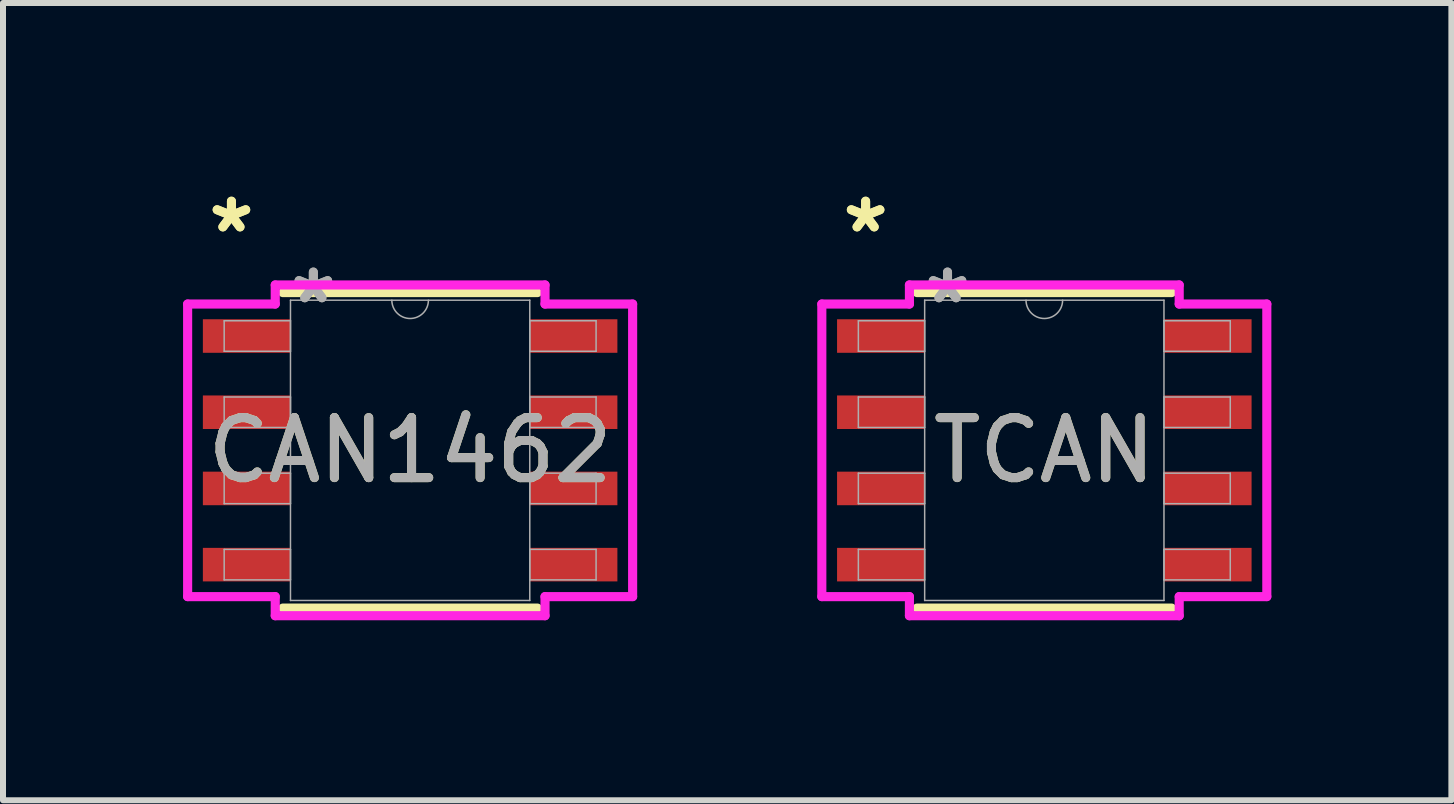
<source format=kicad_pcb>
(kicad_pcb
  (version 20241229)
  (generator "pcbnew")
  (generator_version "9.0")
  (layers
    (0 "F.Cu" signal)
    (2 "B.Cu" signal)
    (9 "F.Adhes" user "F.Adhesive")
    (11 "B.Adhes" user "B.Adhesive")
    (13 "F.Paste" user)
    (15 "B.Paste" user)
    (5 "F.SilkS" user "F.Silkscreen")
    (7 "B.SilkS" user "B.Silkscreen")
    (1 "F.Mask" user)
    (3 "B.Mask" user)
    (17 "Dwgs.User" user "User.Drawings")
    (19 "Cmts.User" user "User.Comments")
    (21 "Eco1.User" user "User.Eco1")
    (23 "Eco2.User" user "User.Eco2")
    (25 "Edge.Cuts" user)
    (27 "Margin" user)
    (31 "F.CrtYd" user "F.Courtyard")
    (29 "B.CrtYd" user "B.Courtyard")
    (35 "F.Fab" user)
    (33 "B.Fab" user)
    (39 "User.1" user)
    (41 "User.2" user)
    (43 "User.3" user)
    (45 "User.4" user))
  (footprint "CAN1462"
    (layer "F.Cu")
    (at 3.785 4.455)
    (property "Reference" "CAN1462" (at 0 0 0) (unlocked yes) (layer "F.SilkS") (effects (font (size 1 1) (thickness 0.15))))
    (attr smd)
    (fp_line (start -2.121 2.629) (end 2.121 2.629) (stroke (width 0.152) (type solid)) (layer "F.SilkS"))
    (fp_line (start 2.121 -2.629) (end -2.121 -2.629) (stroke (width 0.152) (type solid)) (layer "F.SilkS"))
    (fp_line (start -3.708 -2.438) (end -2.248 -2.438) (stroke (width 0.152) (type solid)) (layer "F.CrtYd"))
    (fp_line (start -3.708 2.438) (end -3.708 -2.438) (stroke (width 0.152) (type solid)) (layer "F.CrtYd"))
    (fp_line (start -3.708 2.438) (end -2.248 2.438) (stroke (width 0.152) (type solid)) (layer "F.CrtYd"))
    (fp_line (start -2.248 -2.756) (end 2.248 -2.756) (stroke (width 0.152) (type solid)) (layer "F.CrtYd"))
    (fp_line (start -2.248 -2.438) (end -2.248 -2.756) (stroke (width 0.152) (type solid)) (layer "F.CrtYd"))
    (fp_line (start -2.248 2.756) (end -2.248 2.438) (stroke (width 0.152) (type solid)) (layer "F.CrtYd"))
    (fp_line (start 2.248 -2.756) (end 2.248 -2.438) (stroke (width 0.152) (type solid)) (layer "F.CrtYd"))
    (fp_line (start 2.248 2.438) (end 2.248 2.756) (stroke (width 0.152) (type solid)) (layer "F.CrtYd"))
    (fp_line (start 2.248 2.756) (end -2.248 2.756) (stroke (width 0.152) (type solid)) (layer "F.CrtYd"))
    (fp_line (start 3.708 -2.438) (end 2.248 -2.438) (stroke (width 0.152) (type solid)) (layer "F.CrtYd"))
    (fp_line (start 3.708 -2.438) (end 3.708 2.438) (stroke (width 0.152) (type solid)) (layer "F.CrtYd"))
    (fp_line (start 3.708 2.438) (end 2.248 2.438) (stroke (width 0.152) (type solid)) (layer "F.CrtYd"))
    (fp_line (start -3.099 -2.159) (end -3.099 -1.651) (stroke (width 0.025) (type solid)) (layer "F.Fab"))
    (fp_line (start -3.099 -1.651) (end -1.994 -1.651) (stroke (width 0.025) (type solid)) (layer "F.Fab"))
    (fp_line (start -3.099 -0.889) (end -3.099 -0.381) (stroke (width 0.025) (type solid)) (layer "F.Fab"))
    (fp_line (start -3.099 -0.381) (end -1.994 -0.381) (stroke (width 0.025) (type solid)) (layer "F.Fab"))
    (fp_line (start -3.099 0.381) (end -3.099 0.889) (stroke (width 0.025) (type solid)) (layer "F.Fab"))
    (fp_line (start -3.099 0.889) (end -1.994 0.889) (stroke (width 0.025) (type solid)) (layer "F.Fab"))
    (fp_line (start -3.099 1.651) (end -3.099 2.159) (stroke (width 0.025) (type solid)) (layer "F.Fab"))
    (fp_line (start -3.099 2.159) (end -1.994 2.159) (stroke (width 0.025) (type solid)) (layer "F.Fab"))
    (fp_line (start -1.994 -2.502) (end -1.994 2.502) (stroke (width 0.025) (type solid)) (layer "F.Fab"))
    (fp_line (start -1.994 -2.159) (end -3.099 -2.159) (stroke (width 0.025) (type solid)) (layer "F.Fab"))
    (fp_line (start -1.994 -1.651) (end -1.994 -2.159) (stroke (width 0.025) (type solid)) (layer "F.Fab"))
    (fp_line (start -1.994 -0.889) (end -3.099 -0.889) (stroke (width 0.025) (type solid)) (layer "F.Fab"))
    (fp_line (start -1.994 -0.381) (end -1.994 -0.889) (stroke (width 0.025) (type solid)) (layer "F.Fab"))
    (fp_line (start -1.994 0.381) (end -3.099 0.381) (stroke (width 0.025) (type solid)) (layer "F.Fab"))
    (fp_line (start -1.994 0.889) (end -1.994 0.381) (stroke (width 0.025) (type solid)) (layer "F.Fab"))
    (fp_line (start -1.994 1.651) (end -3.099 1.651) (stroke (width 0.025) (type solid)) (layer "F.Fab"))
    (fp_line (start -1.994 2.159) (end -1.994 1.651) (stroke (width 0.025) (type solid)) (layer "F.Fab"))
    (fp_line (start -1.994 2.502) (end 1.994 2.502) (stroke (width 0.025) (type solid)) (layer "F.Fab"))
    (fp_line (start 1.994 -2.502) (end -1.994 -2.502) (stroke (width 0.025) (type solid)) (layer "F.Fab"))
    (fp_line (start 1.994 -2.159) (end 1.994 -1.651) (stroke (width 0.025) (type solid)) (layer "F.Fab"))
    (fp_line (start 1.994 -1.651) (end 3.099 -1.651) (stroke (width 0.025) (type solid)) (layer "F.Fab"))
    (fp_line (start 1.994 -0.889) (end 1.994 -0.381) (stroke (width 0.025) (type solid)) (layer "F.Fab"))
    (fp_line (start 1.994 -0.381) (end 3.099 -0.381) (stroke (width 0.025) (type solid)) (layer "F.Fab"))
    (fp_line (start 1.994 0.381) (end 1.994 0.889) (stroke (width 0.025) (type solid)) (layer "F.Fab"))
    (fp_line (start 1.994 0.889) (end 3.099 0.889) (stroke (width 0.025) (type solid)) (layer "F.Fab"))
    (fp_line (start 1.994 1.651) (end 1.994 2.159) (stroke (width 0.025) (type solid)) (layer "F.Fab"))
    (fp_line (start 1.994 2.159) (end 3.099 2.159) (stroke (width 0.025) (type solid)) (layer "F.Fab"))
    (fp_line (start 1.994 2.502) (end 1.994 -2.502) (stroke (width 0.025) (type solid)) (layer "F.Fab"))
    (fp_line (start 3.099 -2.159) (end 1.994 -2.159) (stroke (width 0.025) (type solid)) (layer "F.Fab"))
    (fp_line (start 3.099 -1.651) (end 3.099 -2.159) (stroke (width 0.025) (type solid)) (layer "F.Fab"))
    (fp_line (start 3.099 -0.889) (end 1.994 -0.889) (stroke (width 0.025) (type solid)) (layer "F.Fab"))
    (fp_line (start 3.099 -0.381) (end 3.099 -0.889) (stroke (width 0.025) (type solid)) (layer "F.Fab"))
    (fp_line (start 3.099 0.381) (end 1.994 0.381) (stroke (width 0.025) (type solid)) (layer "F.Fab"))
    (fp_line (start 3.099 0.889) (end 3.099 0.381) (stroke (width 0.025) (type solid)) (layer "F.Fab"))
    (fp_line (start 3.099 1.651) (end 1.994 1.651) (stroke (width 0.025) (type solid)) (layer "F.Fab"))
    (fp_line (start 3.099 2.159) (end 3.099 1.651) (stroke (width 0.025) (type solid)) (layer "F.Fab"))
    (fp_arc (start 0.3048 -2.5019) (mid 0 -2.1971) (end -0.3048 -2.5019) (stroke (width 0.0254) (type solid)) (layer "F.Fab"))
    (fp_text user "*" (at -2.978 -3.607 0) (unlocked yes) (layer "F.SilkS") (effects (font (size 1 1) (thickness 0.15))))
    (fp_text user "*" (at -2.978 -3.607 0) (layer "F.SilkS") (effects (font (size 1 1) (thickness 0.15))))
    (fp_text user "*" (at -1.613 -2.426 0) (layer "F.Fab") (effects (font (size 1 1) (thickness 0.15))))
    (fp_text user "${REFERENCE}" (at 0 0 0) (unlocked yes) (layer "F.Fab") (effects (font (size 1 1) (thickness 0.15))))
    (fp_text user "*" (at -1.613 -2.426 0) (unlocked yes) (layer "F.Fab") (effects (font (size 1 1) (thickness 0.15))))
    (pad "1" smd rect (at -2.724 -1.905) (size 1.46 0.559) (layers "F.Cu" "F.Mask" "F.Paste"))
    (pad "2" smd rect (at -2.724 -0.635) (size 1.46 0.559) (layers "F.Cu" "F.Mask" "F.Paste"))
    (pad "3" smd rect (at -2.724 0.635) (size 1.46 0.559) (layers "F.Cu" "F.Mask" "F.Paste"))
    (pad "4" smd rect (at -2.724 1.905) (size 1.46 0.559) (layers "F.Cu" "F.Mask" "F.Paste"))
    (pad "5" smd rect (at 2.724 1.905) (size 1.46 0.559) (layers "F.Cu" "F.Mask" "F.Paste"))
    (pad "6" smd rect (at 2.724 0.635) (size 1.46 0.559) (layers "F.Cu" "F.Mask" "F.Paste"))
    (pad "7" smd rect (at 2.724 -0.635) (size 1.46 0.559) (layers "F.Cu" "F.Mask" "F.Paste"))
    (pad "8" smd rect (at 2.724 -1.905) (size 1.46 0.559) (layers "F.Cu" "F.Mask" "F.Paste")))
  (footprint "TCAN"
    (layer "F.Cu")
    (at 14.354 4.455)
    (property "Reference" "TCAN" (at 0 0 0) (unlocked yes) (layer "F.SilkS") (effects (font (size 1 1) (thickness 0.15))))
    (attr smd)
    (fp_line (start -2.121 2.629) (end 2.121 2.629) (stroke (width 0.152) (type solid)) (layer "F.SilkS"))
    (fp_line (start 2.121 -2.629) (end -2.121 -2.629) (stroke (width 0.152) (type solid)) (layer "F.SilkS"))
    (fp_line (start -3.708 -2.438) (end -2.248 -2.438) (stroke (width 0.152) (type solid)) (layer "F.CrtYd"))
    (fp_line (start -3.708 2.438) (end -3.708 -2.438) (stroke (width 0.152) (type solid)) (layer "F.CrtYd"))
    (fp_line (start -3.708 2.438) (end -2.248 2.438) (stroke (width 0.152) (type solid)) (layer "F.CrtYd"))
    (fp_line (start -2.248 -2.756) (end 2.248 -2.756) (stroke (width 0.152) (type solid)) (layer "F.CrtYd"))
    (fp_line (start -2.248 -2.438) (end -2.248 -2.756) (stroke (width 0.152) (type solid)) (layer "F.CrtYd"))
    (fp_line (start -2.248 2.756) (end -2.248 2.438) (stroke (width 0.152) (type solid)) (layer "F.CrtYd"))
    (fp_line (start 2.248 -2.756) (end 2.248 -2.438) (stroke (width 0.152) (type solid)) (layer "F.CrtYd"))
    (fp_line (start 2.248 2.438) (end 2.248 2.756) (stroke (width 0.152) (type solid)) (layer "F.CrtYd"))
    (fp_line (start 2.248 2.756) (end -2.248 2.756) (stroke (width 0.152) (type solid)) (layer "F.CrtYd"))
    (fp_line (start 3.708 -2.438) (end 2.248 -2.438) (stroke (width 0.152) (type solid)) (layer "F.CrtYd"))
    (fp_line (start 3.708 -2.438) (end 3.708 2.438) (stroke (width 0.152) (type solid)) (layer "F.CrtYd"))
    (fp_line (start 3.708 2.438) (end 2.248 2.438) (stroke (width 0.152) (type solid)) (layer "F.CrtYd"))
    (fp_line (start -3.099 -2.159) (end -3.099 -1.651) (stroke (width 0.025) (type solid)) (layer "F.Fab"))
    (fp_line (start -3.099 -1.651) (end -1.994 -1.651) (stroke (width 0.025) (type solid)) (layer "F.Fab"))
    (fp_line (start -3.099 -0.889) (end -3.099 -0.381) (stroke (width 0.025) (type solid)) (layer "F.Fab"))
    (fp_line (start -3.099 -0.381) (end -1.994 -0.381) (stroke (width 0.025) (type solid)) (layer "F.Fab"))
    (fp_line (start -3.099 0.381) (end -3.099 0.889) (stroke (width 0.025) (type solid)) (layer "F.Fab"))
    (fp_line (start -3.099 0.889) (end -1.994 0.889) (stroke (width 0.025) (type solid)) (layer "F.Fab"))
    (fp_line (start -3.099 1.651) (end -3.099 2.159) (stroke (width 0.025) (type solid)) (layer "F.Fab"))
    (fp_line (start -3.099 2.159) (end -1.994 2.159) (stroke (width 0.025) (type solid)) (layer "F.Fab"))
    (fp_line (start -1.994 -2.502) (end -1.994 2.502) (stroke (width 0.025) (type solid)) (layer "F.Fab"))
    (fp_line (start -1.994 -2.159) (end -3.099 -2.159) (stroke (width 0.025) (type solid)) (layer "F.Fab"))
    (fp_line (start -1.994 -1.651) (end -1.994 -2.159) (stroke (width 0.025) (type solid)) (layer "F.Fab"))
    (fp_line (start -1.994 -0.889) (end -3.099 -0.889) (stroke (width 0.025) (type solid)) (layer "F.Fab"))
    (fp_line (start -1.994 -0.381) (end -1.994 -0.889) (stroke (width 0.025) (type solid)) (layer "F.Fab"))
    (fp_line (start -1.994 0.381) (end -3.099 0.381) (stroke (width 0.025) (type solid)) (layer "F.Fab"))
    (fp_line (start -1.994 0.889) (end -1.994 0.381) (stroke (width 0.025) (type solid)) (layer "F.Fab"))
    (fp_line (start -1.994 1.651) (end -3.099 1.651) (stroke (width 0.025) (type solid)) (layer "F.Fab"))
    (fp_line (start -1.994 2.159) (end -1.994 1.651) (stroke (width 0.025) (type solid)) (layer "F.Fab"))
    (fp_line (start -1.994 2.502) (end 1.994 2.502) (stroke (width 0.025) (type solid)) (layer "F.Fab"))
    (fp_line (start 1.994 -2.502) (end -1.994 -2.502) (stroke (width 0.025) (type solid)) (layer "F.Fab"))
    (fp_line (start 1.994 -2.159) (end 1.994 -1.651) (stroke (width 0.025) (type solid)) (layer "F.Fab"))
    (fp_line (start 1.994 -1.651) (end 3.099 -1.651) (stroke (width 0.025) (type solid)) (layer "F.Fab"))
    (fp_line (start 1.994 -0.889) (end 1.994 -0.381) (stroke (width 0.025) (type solid)) (layer "F.Fab"))
    (fp_line (start 1.994 -0.381) (end 3.099 -0.381) (stroke (width 0.025) (type solid)) (layer "F.Fab"))
    (fp_line (start 1.994 0.381) (end 1.994 0.889) (stroke (width 0.025) (type solid)) (layer "F.Fab"))
    (fp_line (start 1.994 0.889) (end 3.099 0.889) (stroke (width 0.025) (type solid)) (layer "F.Fab"))
    (fp_line (start 1.994 1.651) (end 1.994 2.159) (stroke (width 0.025) (type solid)) (layer "F.Fab"))
    (fp_line (start 1.994 2.159) (end 3.099 2.159) (stroke (width 0.025) (type solid)) (layer "F.Fab"))
    (fp_line (start 1.994 2.502) (end 1.994 -2.502) (stroke (width 0.025) (type solid)) (layer "F.Fab"))
    (fp_line (start 3.099 -2.159) (end 1.994 -2.159) (stroke (width 0.025) (type solid)) (layer "F.Fab"))
    (fp_line (start 3.099 -1.651) (end 3.099 -2.159) (stroke (width 0.025) (type solid)) (layer "F.Fab"))
    (fp_line (start 3.099 -0.889) (end 1.994 -0.889) (stroke (width 0.025) (type solid)) (layer "F.Fab"))
    (fp_line (start 3.099 -0.381) (end 3.099 -0.889) (stroke (width 0.025) (type solid)) (layer "F.Fab"))
    (fp_line (start 3.099 0.381) (end 1.994 0.381) (stroke (width 0.025) (type solid)) (layer "F.Fab"))
    (fp_line (start 3.099 0.889) (end 3.099 0.381) (stroke (width 0.025) (type solid)) (layer "F.Fab"))
    (fp_line (start 3.099 1.651) (end 1.994 1.651) (stroke (width 0.025) (type solid)) (layer "F.Fab"))
    (fp_line (start 3.099 2.159) (end 3.099 1.651) (stroke (width 0.025) (type solid)) (layer "F.Fab"))
    (fp_arc (start 0.3048 -2.5019) (mid 0 -2.1971) (end -0.3048 -2.5019) (stroke (width 0.0254) (type solid)) (layer "F.Fab"))
    (fp_text user "*" (at -2.978 -3.607 0) (unlocked yes) (layer "F.SilkS") (effects (font (size 1 1) (thickness 0.15))))
    (fp_text user "*" (at -2.978 -3.607 0) (layer "F.SilkS") (effects (font (size 1 1) (thickness 0.15))))
    (fp_text user "*" (at -1.613 -2.426 0) (unlocked yes) (layer "F.Fab") (effects (font (size 1 1) (thickness 0.15))))
    (fp_text user "*" (at -1.613 -2.426 0) (layer "F.Fab") (effects (font (size 1 1) (thickness 0.15))))
    (fp_text user "${REFERENCE}" (at 0 0 0) (unlocked yes) (layer "F.Fab") (effects (font (size 1 1) (thickness 0.15))))
    (pad "1" smd rect (at -2.724 -1.905) (size 1.46 0.559) (layers "F.Cu" "F.Mask" "F.Paste"))
    (pad "2" smd rect (at -2.724 -0.635) (size 1.46 0.559) (layers "F.Cu" "F.Mask" "F.Paste"))
    (pad "3" smd rect (at -2.724 0.635) (size 1.46 0.559) (layers "F.Cu" "F.Mask" "F.Paste"))
    (pad "4" smd rect (at -2.724 1.905) (size 1.46 0.559) (layers "F.Cu" "F.Mask" "F.Paste"))
    (pad "5" smd rect (at 2.724 1.905) (size 1.46 0.559) (layers "F.Cu" "F.Mask" "F.Paste"))
    (pad "6" smd rect (at 2.724 0.635) (size 1.46 0.559) (layers "F.Cu" "F.Mask" "F.Paste"))
    (pad "7" smd rect (at 2.724 -0.635) (size 1.46 0.559) (layers "F.Cu" "F.Mask" "F.Paste"))
    (pad "8" smd rect (at 2.724 -1.905) (size 1.46 0.559) (layers "F.Cu" "F.Mask" "F.Paste")))
  (gr_rect
    (start -3 -3)
    (end 21.138 10.287)
    (stroke (width 0.1) (type default))
    (fill no)
    (layer "Edge.Cuts")))
</source>
